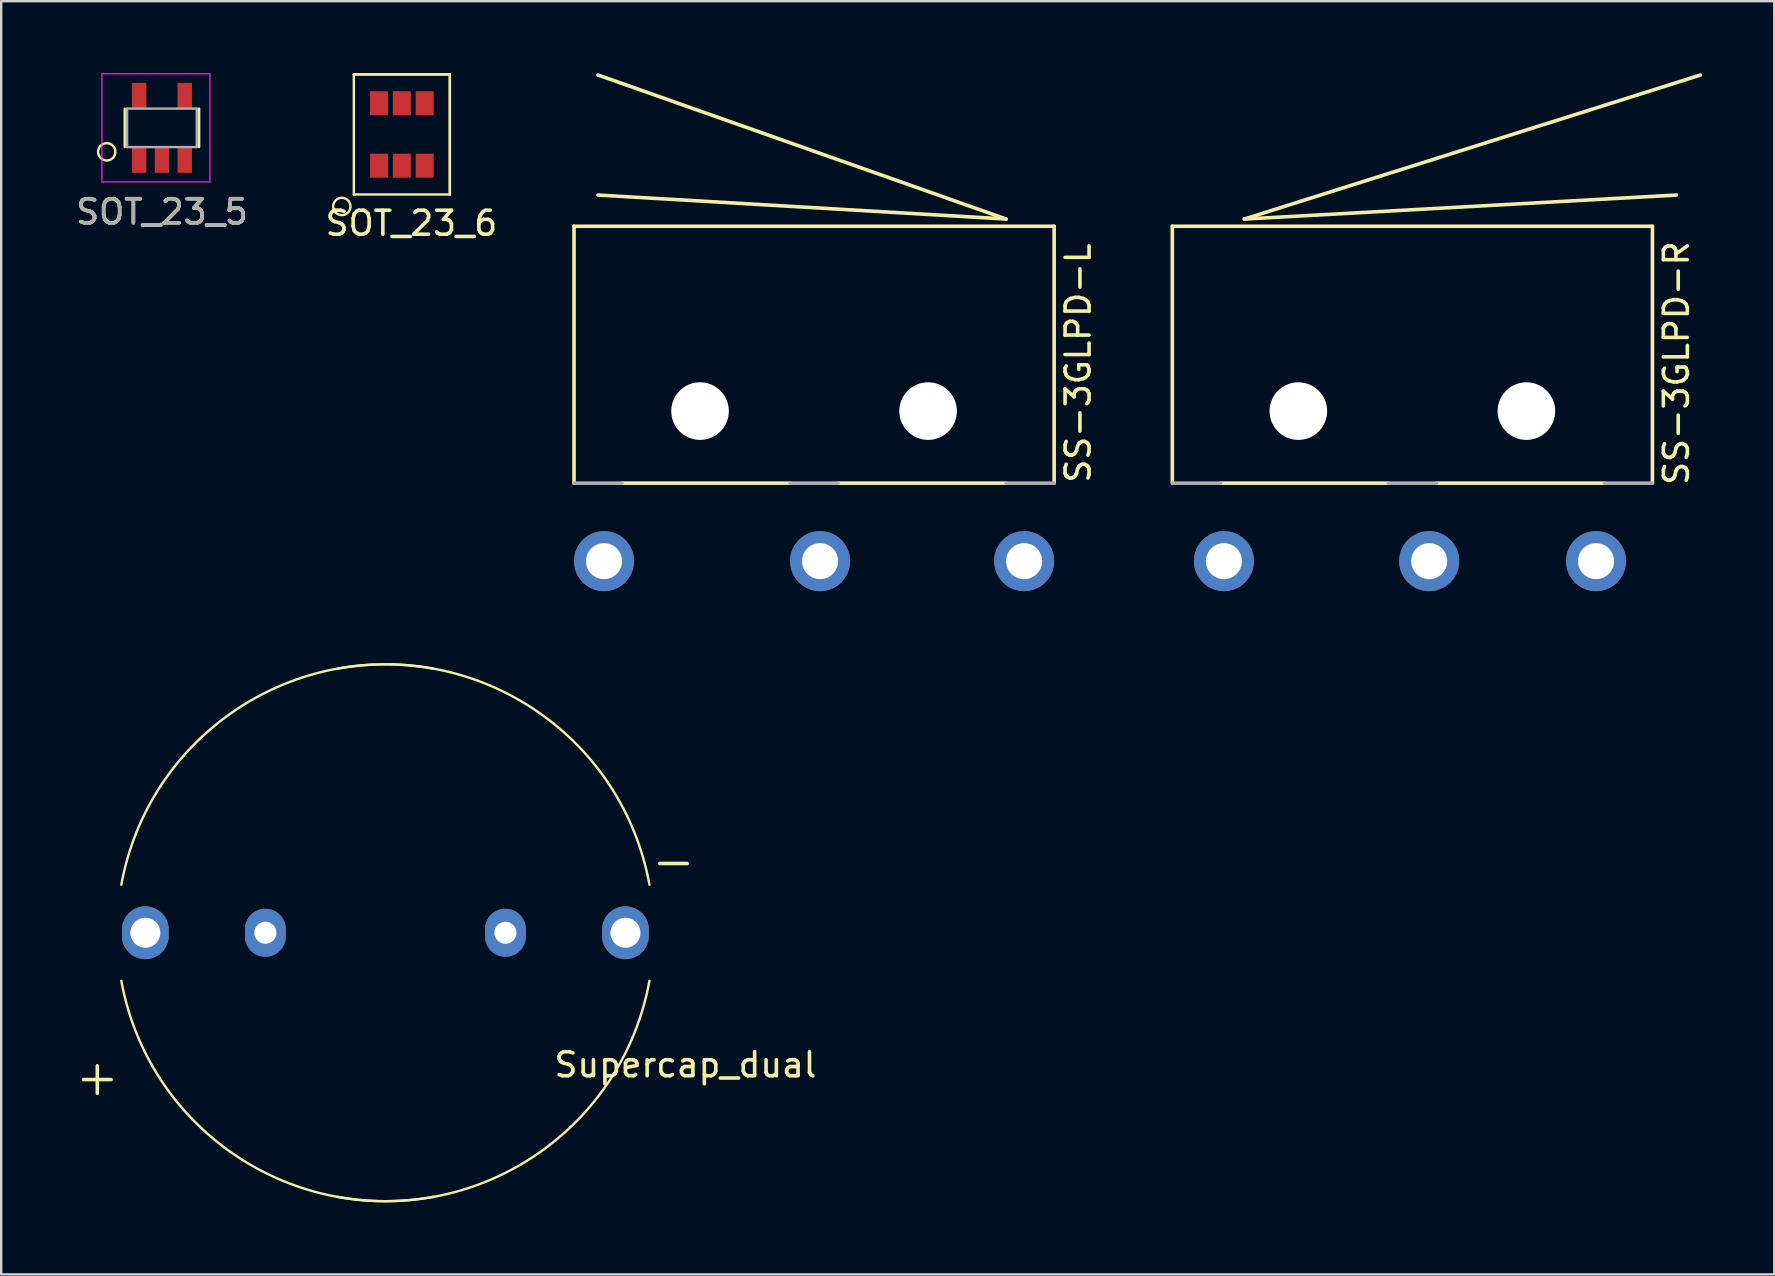
<source format=kicad_pcb>
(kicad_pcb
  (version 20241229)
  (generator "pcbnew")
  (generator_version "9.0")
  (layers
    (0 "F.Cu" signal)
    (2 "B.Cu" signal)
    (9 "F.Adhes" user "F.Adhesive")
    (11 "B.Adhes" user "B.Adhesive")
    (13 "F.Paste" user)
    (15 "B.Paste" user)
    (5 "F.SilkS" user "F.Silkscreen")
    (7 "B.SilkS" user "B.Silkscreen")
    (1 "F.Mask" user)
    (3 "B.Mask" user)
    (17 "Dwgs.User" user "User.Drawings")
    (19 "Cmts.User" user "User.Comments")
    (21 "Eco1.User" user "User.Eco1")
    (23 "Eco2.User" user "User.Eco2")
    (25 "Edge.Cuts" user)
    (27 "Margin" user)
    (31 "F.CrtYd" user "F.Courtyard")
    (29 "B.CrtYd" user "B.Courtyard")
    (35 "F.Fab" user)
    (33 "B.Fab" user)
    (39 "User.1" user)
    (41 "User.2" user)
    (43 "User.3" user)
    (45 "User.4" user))
  (footprint "SOT_23_6"
    (layer "F.Cu")
    (at 13.689 2.55)
    (property "Reference" "SOT_23_6" (at 0.4 3.7 0) (layer "F.SilkS") (effects (font (size 1 1) (thickness 0.15))))
    (attr through_hole)
    (fp_line (start -2 -2.5) (end 2 -2.5) (stroke (width 0.1) (type solid)) (layer "F.SilkS"))
    (fp_line (start -2 -2.5) (end 2 -2.5) (stroke (width 0.1) (type solid)) (layer "F.SilkS"))
    (fp_line (start -2 2.5) (end -2 -2.5) (stroke (width 0.1) (type solid)) (layer "F.SilkS"))
    (fp_line (start 2 -2.5) (end 2 2.5) (stroke (width 0.1) (type solid)) (layer "F.SilkS"))
    (fp_line (start 2 -2.5) (end 2 2.5) (stroke (width 0.1) (type solid)) (layer "F.SilkS"))
    (fp_line (start 2 2.5) (end -2 2.5) (stroke (width 0.1) (type solid)) (layer "F.SilkS"))
    (fp_circle (center -2.5 3) (end -2.3 3.3) (stroke (width 0.1) (type solid)) (fill no) (layer "F.SilkS"))
    (pad "1" smd rect (at -0.95 1.3) (size 0.75 1) (layers "F.Cu" "F.Mask" "F.Paste"))
    (pad "2" smd rect (at 0 1.3) (size 0.75 1) (layers "F.Cu" "F.Mask" "F.Paste"))
    (pad "3" smd rect (at 0.95 1.3) (size 0.75 1) (layers "F.Cu" "F.Mask" "F.Paste"))
    (pad "4" smd rect (at 0.95 -1.3) (size 0.75 1) (layers "F.Cu" "F.Mask" "F.Paste"))
    (pad "5" smd rect (at 0 -1.3) (size 0.75 1) (layers "F.Cu" "F.Mask" "F.Paste"))
    (pad "6" smd rect (at -0.95 -1.3) (size 0.75 1) (layers "F.Cu" "F.Mask" "F.Paste")))
  (footprint "SOT_23_5"
    (layer "F.Cu")
    (at 3.696 2.275)
    (property "Reference" "SOT_23_5" (at 0 3.5 0) (layer "F.SilkS") (effects (font (size 1 1) (thickness 0.15))))
    (attr through_hole)
    (fp_line (start -1.55 0.8) (end -1.55 -0.8) (stroke (width 0.1) (type solid)) (layer "F.SilkS"))
    (fp_line (start 1.55 -0.8) (end 1.55 0.8) (stroke (width 0.1) (type solid)) (layer "F.SilkS"))
    (fp_circle (center -2.3 1) (end -2.1 1.3) (stroke (width 0.1) (type solid)) (fill no) (layer "F.SilkS"))
    (fp_line (start -2.5 -2.25) (end 2 -2.25) (stroke (width 0.05) (type solid)) (layer "F.CrtYd"))
    (fp_line (start -2.5 2.25) (end -2.5 -2.25) (stroke (width 0.05) (type solid)) (layer "F.CrtYd"))
    (fp_line (start 2 -2.25) (end 2 2.25) (stroke (width 0.05) (type solid)) (layer "F.CrtYd"))
    (fp_line (start 2 2.25) (end -2.5 2.25) (stroke (width 0.05) (type solid)) (layer "F.CrtYd"))
    (fp_line (start -1.45 -0.8) (end 1.45 -0.8) (stroke (width 0.1) (type solid)) (layer "F.Fab"))
    (fp_line (start -1.45 0.8) (end -1.45 -0.8) (stroke (width 0.1) (type solid)) (layer "F.Fab"))
    (fp_line (start 1.45 -0.8) (end 1.45 0.8) (stroke (width 0.1) (type solid)) (layer "F.Fab"))
    (fp_line (start 1.45 0.8) (end -1.45 0.8) (stroke (width 0.1) (type solid)) (layer "F.Fab"))
    (fp_text user "${REFERENCE}" (at 0 3.5 0) (layer "F.Fab") (effects (font (size 1 1) (thickness 0.15))))
    (pad "1" smd rect (at -0.95 1.35) (size 0.6 1.05) (layers "F.Cu" "F.Mask" "F.Paste"))
    (pad "2" smd rect (at 0 1.35) (size 0.6 1.05) (layers "F.Cu" "F.Mask" "F.Paste"))
    (pad "3" smd rect (at 0.95 1.35) (size 0.6 1.05) (layers "F.Cu" "F.Mask" "F.Paste"))
    (pad "4" smd rect (at 0.95 -1.35) (size 0.6 1.05) (layers "F.Cu" "F.Mask" "F.Paste"))
    (pad "5" smd rect (at -0.95 -1.35) (size 0.6 1.05) (layers "F.Cu" "F.Mask" "F.Paste")))
  (footprint "SS-3GLPD-R"
    (layer "F.Cu")
    (at 55.784 18.075)
    (property "Reference" "SS-3GLPD-R" (at 11 -6 90) (layer "F.SilkS") (effects (font (size 1 1) (thickness 0.15))))
    (attr through_hole)
    (fp_line (start -10 -11.7) (end 10 -11.7) (stroke (width 0.15) (type solid)) (layer "F.SilkS"))
    (fp_line (start -10 -1) (end -10 -11.7) (stroke (width 0.15) (type solid)) (layer "F.SilkS"))
    (fp_line (start -8 -1) (end -1 -1) (stroke (width 0.15) (type solid)) (layer "F.SilkS"))
    (fp_line (start -7 -12) (end 11 -13) (stroke (width 0.15) (type solid)) (layer "F.SilkS"))
    (fp_line (start -7 -12) (end 12 -18) (stroke (width 0.15) (type solid)) (layer "F.SilkS"))
    (fp_line (start 1 -1) (end 8 -1) (stroke (width 0.15) (type solid)) (layer "F.SilkS"))
    (fp_line (start 10 -1) (end 10 -11.7) (stroke (width 0.15) (type solid)) (layer "F.SilkS"))
    (fp_line (start -8 -1) (end -10 -1) (stroke (width 0.15) (type solid)) (layer "F.Fab"))
    (fp_line (start -1 -1) (end 1 -1) (stroke (width 0.15) (type solid)) (layer "F.Fab"))
    (fp_line (start 8 -1) (end 10 -1) (stroke (width 0.15) (type solid)) (layer "F.Fab"))
    (pad "" np_thru_hole circle (at -4.75 -4) (size 2.4 2.4) (drill 2.4) (layers "*.Cu" "*.Mask"))
    (pad "" np_thru_hole circle (at 4.75 -4) (size 2.4 2.4) (drill 2.4) (layers "*.Cu" "*.Mask"))
    (pad "COM" thru_hole circle (at -7.85 2.25) (size 2.5 2.5) (drill 1.5) (layers "*.Cu" "*.Mask"))
    (pad "NC" thru_hole circle (at 7.65 2.25) (size 2.5 2.5) (drill 1.5) (layers "*.Cu" "*.Mask"))
    (pad "NO" thru_hole circle (at 0.7 2.25) (size 2.5 2.5) (drill 1.5) (layers "*.Cu" "*.Mask")))
  (footprint "SS-3GLPD-L"
    (layer "F.Cu")
    (at 30.861 18.075)
    (property "Reference" "SS-3GLPD-L" (at 11 -6 90) (layer "F.SilkS") (effects (font (size 1 1) (thickness 0.15))))
    (attr through_hole)
    (fp_line (start -10 -11.7) (end 10 -11.7) (stroke (width 0.15) (type solid)) (layer "F.SilkS"))
    (fp_line (start -10 -1) (end -10 -11.7) (stroke (width 0.15) (type solid)) (layer "F.SilkS"))
    (fp_line (start -8 -1) (end -1 -1) (stroke (width 0.15) (type solid)) (layer "F.SilkS"))
    (fp_line (start 1 -1) (end 8 -1) (stroke (width 0.15) (type solid)) (layer "F.SilkS"))
    (fp_line (start 8 -12) (end -9 -18) (stroke (width 0.15) (type solid)) (layer "F.SilkS"))
    (fp_line (start 8 -12) (end -9 -13) (stroke (width 0.15) (type solid)) (layer "F.SilkS"))
    (fp_line (start 10 -1) (end 10 -11.7) (stroke (width 0.15) (type solid)) (layer "F.SilkS"))
    (fp_line (start -8 -1) (end -10 -1) (stroke (width 0.15) (type solid)) (layer "F.Fab"))
    (fp_line (start -1 -1) (end 1 -1) (stroke (width 0.15) (type solid)) (layer "F.Fab"))
    (fp_line (start 8 -1) (end 10 -1) (stroke (width 0.15) (type solid)) (layer "F.Fab"))
    (pad "" np_thru_hole circle (at -4.75 -4) (size 2.4 2.4) (drill 2.4) (layers "*.Cu" "*.Mask"))
    (pad "" np_thru_hole circle (at 4.75 -4) (size 2.4 2.4) (drill 2.4) (layers "*.Cu" "*.Mask"))
    (pad "COM" thru_hole circle (at 8.75 2.25) (size 2.5 2.5) (drill 1.5) (layers "*.Cu" "*.Mask"))
    (pad "NC" thru_hole circle (at -8.75 2.25) (size 2.5 2.5) (drill 1.5) (layers "*.Cu" "*.Mask"))
    (pad "NO" thru_hole circle (at 0.25 2.25) (size 2.5 2.5) (drill 1.5) (layers "*.Cu" "*.Mask")))
  (footprint "Supercap_dual"
    (layer "F.Cu")
    (at 13.004 35.805)
    (property "Reference" "Supercap_dual" (at 12.5 5.5 0) (layer "F.SilkS") (effects (font (size 1 1) (thickness 0.15))))
    (attr through_hole)
    (fp_arc (start -11 -2) (mid -6.363961 -9.192388) (end 2 -11) (stroke (width 0.1) (type solid)) (layer "F.SilkS"))
    (fp_arc (start -2 -11) (mid 6.363961 -9.192388) (end 11 -2) (stroke (width 0.1) (type solid)) (layer "F.SilkS"))
    (fp_arc (start 2 11) (mid -6.363961 9.192388) (end -11 2) (stroke (width 0.1) (type solid)) (layer "F.SilkS"))
    (fp_arc (start 11 2) (mid 6.363961 9.192388) (end -2 11) (stroke (width 0.1) (type solid)) (layer "F.SilkS"))
    (fp_text user "+" (at -12 6 0) (layer "F.SilkS") (effects (font (size 1.5 1.5) (thickness 0.15))))
    (fp_text user "-" (at 12 -3 0) (layer "F.SilkS") (effects (font (size 1.5 1.5) (thickness 0.15))))
    (pad "1" thru_hole oval (at -10 0) (size 1.95 2.2) (drill 1.25) (layers "*.Cu" "*.Mask"))
    (pad "1" thru_hole oval (at -5 0) (size 1.7 2) (drill 0.92) (layers "*.Cu" "*.Mask"))
    (pad "2" thru_hole oval (at 5 0) (size 1.7 2) (drill 0.92) (layers "*.Cu" "*.Mask"))
    (pad "2" thru_hole oval (at 10 0) (size 1.95 2.2) (drill 1.25) (layers "*.Cu" "*.Mask")))
  (gr_rect
    (start -3 -3)
    (end 70.859 50.036)
    (stroke (width 0.1) (type default))
    (fill no)
    (layer "Edge.Cuts")))
</source>
